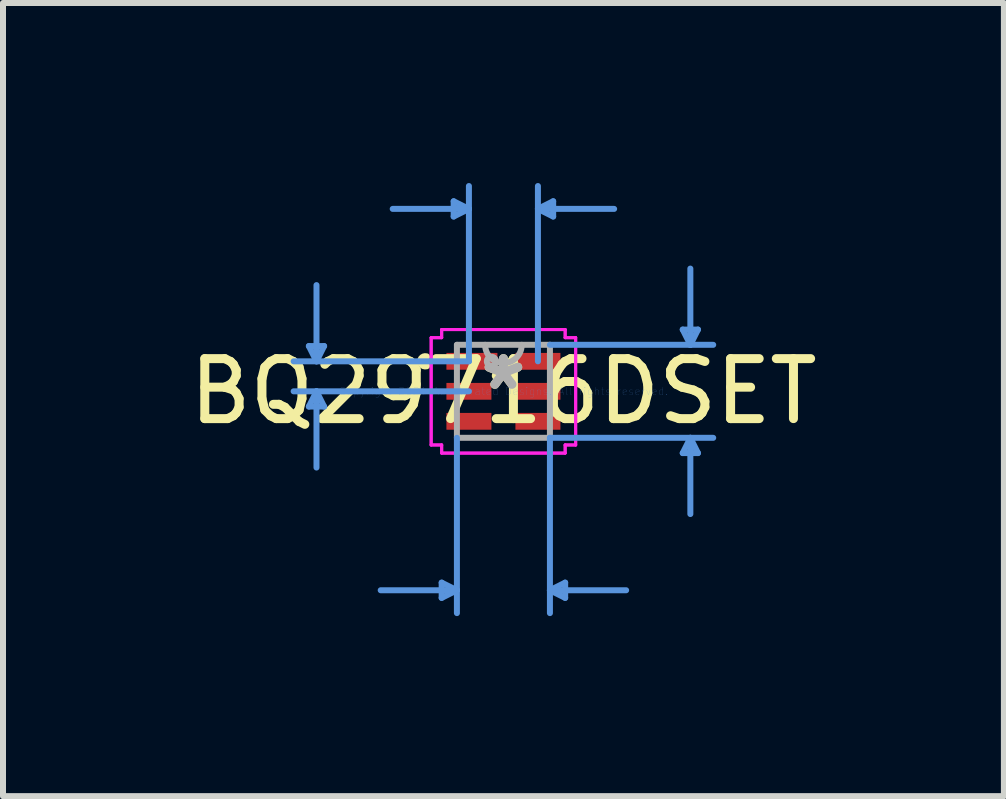
<source format=kicad_pcb>
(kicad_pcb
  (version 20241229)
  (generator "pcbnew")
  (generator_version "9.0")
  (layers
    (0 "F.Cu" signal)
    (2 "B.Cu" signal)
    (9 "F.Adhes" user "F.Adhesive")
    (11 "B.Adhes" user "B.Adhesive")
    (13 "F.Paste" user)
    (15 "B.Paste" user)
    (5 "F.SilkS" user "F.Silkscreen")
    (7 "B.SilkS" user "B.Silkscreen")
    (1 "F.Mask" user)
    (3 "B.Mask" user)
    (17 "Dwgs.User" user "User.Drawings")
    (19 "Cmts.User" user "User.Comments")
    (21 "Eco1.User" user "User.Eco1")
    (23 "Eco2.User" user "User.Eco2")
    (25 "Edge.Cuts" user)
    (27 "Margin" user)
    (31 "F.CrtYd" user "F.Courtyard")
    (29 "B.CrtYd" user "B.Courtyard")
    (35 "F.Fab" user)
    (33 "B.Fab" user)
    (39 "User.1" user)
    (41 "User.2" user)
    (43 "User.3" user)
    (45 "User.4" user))
  (footprint "BQ29716DSET"
    (layer "F.Cu")
    (at 5.339 3.471)
    (property "Reference" "BQ29716DSET" (at 0 0 0) (layer "F.SilkS") (effects (font (size 1 1) (thickness 0.15))))
    (attr through_hole)
    (fp_arc (start -1.28274 -0.426171) (mid -1.3778 -0.5) (end -1.28274 -0.573829) (stroke (width 0.12) (type solid)) (layer "F.SilkS"))
    (fp_line (start -3.242 -0.754) (end -2.988 -0.754) (stroke (width 0.1) (type solid)) (layer "Cmts.User"))
    (fp_line (start -3.242 0.254) (end -2.988 0.254) (stroke (width 0.1) (type solid)) (layer "Cmts.User"))
    (fp_line (start -3.115 -0.5) (end -3.242 -0.754) (stroke (width 0.1) (type solid)) (layer "Cmts.User"))
    (fp_line (start -3.115 -0.5) (end -3.115 -1.77) (stroke (width 0.1) (type solid)) (layer "Cmts.User"))
    (fp_line (start -3.115 -0.5) (end -2.988 -0.754) (stroke (width 0.1) (type solid)) (layer "Cmts.User"))
    (fp_line (start -3.115 0) (end -3.242 0.254) (stroke (width 0.1) (type solid)) (layer "Cmts.User"))
    (fp_line (start -3.115 0) (end -3.115 1.27) (stroke (width 0.1) (type solid)) (layer "Cmts.User"))
    (fp_line (start -3.115 0) (end -2.988 0.254) (stroke (width 0.1) (type solid)) (layer "Cmts.User"))
    (fp_line (start -1.029 3.188) (end -1.029 3.442) (stroke (width 0.1) (type solid)) (layer "Cmts.User"))
    (fp_line (start -0.829 -3.167) (end -0.829 -2.913) (stroke (width 0.1) (type solid)) (layer "Cmts.User"))
    (fp_line (start -0.775 0.775) (end -0.775 3.696) (stroke (width 0.1) (type solid)) (layer "Cmts.User"))
    (fp_line (start -0.775 3.315) (end -2.045 3.315) (stroke (width 0.1) (type solid)) (layer "Cmts.User"))
    (fp_line (start -0.775 3.315) (end -1.029 3.188) (stroke (width 0.1) (type solid)) (layer "Cmts.User"))
    (fp_line (start -0.775 3.315) (end -1.029 3.442) (stroke (width 0.1) (type solid)) (layer "Cmts.User"))
    (fp_line (start -0.575 -3.04) (end -1.845 -3.04) (stroke (width 0.1) (type solid)) (layer "Cmts.User"))
    (fp_line (start -0.575 -3.04) (end -0.829 -3.167) (stroke (width 0.1) (type solid)) (layer "Cmts.User"))
    (fp_line (start -0.575 -3.04) (end -0.829 -2.913) (stroke (width 0.1) (type solid)) (layer "Cmts.User"))
    (fp_line (start -0.575 -0.5) (end -3.496 -0.5) (stroke (width 0.1) (type solid)) (layer "Cmts.User"))
    (fp_line (start -0.575 -0.5) (end -0.575 -3.421) (stroke (width 0.1) (type solid)) (layer "Cmts.User"))
    (fp_line (start -0.575 0) (end -3.496 0) (stroke (width 0.1) (type solid)) (layer "Cmts.User"))
    (fp_line (start 0.575 -3.04) (end 0.829 -3.167) (stroke (width 0.1) (type solid)) (layer "Cmts.User"))
    (fp_line (start 0.575 -3.04) (end 0.829 -2.913) (stroke (width 0.1) (type solid)) (layer "Cmts.User"))
    (fp_line (start 0.575 -3.04) (end 1.845 -3.04) (stroke (width 0.1) (type solid)) (layer "Cmts.User"))
    (fp_line (start 0.575 -0.5) (end 0.575 -3.421) (stroke (width 0.1) (type solid)) (layer "Cmts.User"))
    (fp_line (start 0.775 -0.775) (end 3.496 -0.775) (stroke (width 0.1) (type solid)) (layer "Cmts.User"))
    (fp_line (start 0.775 0.775) (end 0.775 3.696) (stroke (width 0.1) (type solid)) (layer "Cmts.User"))
    (fp_line (start 0.775 0.775) (end 3.496 0.775) (stroke (width 0.1) (type solid)) (layer "Cmts.User"))
    (fp_line (start 0.775 3.315) (end 1.029 3.188) (stroke (width 0.1) (type solid)) (layer "Cmts.User"))
    (fp_line (start 0.775 3.315) (end 1.029 3.442) (stroke (width 0.1) (type solid)) (layer "Cmts.User"))
    (fp_line (start 0.775 3.315) (end 2.045 3.315) (stroke (width 0.1) (type solid)) (layer "Cmts.User"))
    (fp_line (start 0.829 -3.167) (end 0.829 -2.913) (stroke (width 0.1) (type solid)) (layer "Cmts.User"))
    (fp_line (start 1.029 3.188) (end 1.029 3.442) (stroke (width 0.1) (type solid)) (layer "Cmts.User"))
    (fp_line (start 2.988 -1.029) (end 3.242 -1.029) (stroke (width 0.1) (type solid)) (layer "Cmts.User"))
    (fp_line (start 2.988 1.029) (end 3.242 1.029) (stroke (width 0.1) (type solid)) (layer "Cmts.User"))
    (fp_line (start 3.115 -0.775) (end 2.988 -1.029) (stroke (width 0.1) (type solid)) (layer "Cmts.User"))
    (fp_line (start 3.115 -0.775) (end 3.115 -2.045) (stroke (width 0.1) (type solid)) (layer "Cmts.User"))
    (fp_line (start 3.115 -0.775) (end 3.242 -1.029) (stroke (width 0.1) (type solid)) (layer "Cmts.User"))
    (fp_line (start 3.115 0.775) (end 2.988 1.029) (stroke (width 0.1) (type solid)) (layer "Cmts.User"))
    (fp_line (start 3.115 0.775) (end 3.115 2.045) (stroke (width 0.1) (type solid)) (layer "Cmts.User"))
    (fp_line (start 3.115 0.775) (end 3.242 1.029) (stroke (width 0.1) (type solid)) (layer "Cmts.User"))
    (fp_line (start -1.204 -0.894) (end -1.029 -0.894) (stroke (width 0.05) (type solid)) (layer "F.CrtYd"))
    (fp_line (start -1.204 -0.894) (end -1.029 -0.894) (stroke (width 0.05) (type solid)) (layer "F.CrtYd"))
    (fp_line (start -1.204 0.894) (end -1.204 -0.894) (stroke (width 0.05) (type solid)) (layer "F.CrtYd"))
    (fp_line (start -1.204 0.894) (end -1.204 -0.894) (stroke (width 0.05) (type solid)) (layer "F.CrtYd"))
    (fp_line (start -1.204 0.894) (end -1.029 0.894) (stroke (width 0.05) (type solid)) (layer "F.CrtYd"))
    (fp_line (start -1.029 -1.029) (end 1.029 -1.029) (stroke (width 0.05) (type solid)) (layer "F.CrtYd"))
    (fp_line (start -1.029 -1.029) (end 1.029 -1.029) (stroke (width 0.05) (type solid)) (layer "F.CrtYd"))
    (fp_line (start -1.029 -0.894) (end -1.029 -1.029) (stroke (width 0.05) (type solid)) (layer "F.CrtYd"))
    (fp_line (start -1.029 -0.894) (end -1.029 -1.029) (stroke (width 0.05) (type solid)) (layer "F.CrtYd"))
    (fp_line (start -1.029 0.894) (end -1.204 0.894) (stroke (width 0.05) (type solid)) (layer "F.CrtYd"))
    (fp_line (start -1.029 1.029) (end -1.029 0.894) (stroke (width 0.05) (type solid)) (layer "F.CrtYd"))
    (fp_line (start -1.029 1.029) (end -1.029 0.894) (stroke (width 0.05) (type solid)) (layer "F.CrtYd"))
    (fp_line (start 1.029 -1.029) (end 1.029 -0.894) (stroke (width 0.05) (type solid)) (layer "F.CrtYd"))
    (fp_line (start 1.029 -1.029) (end 1.029 -0.894) (stroke (width 0.05) (type solid)) (layer "F.CrtYd"))
    (fp_line (start 1.029 -0.894) (end 1.204 -0.894) (stroke (width 0.05) (type solid)) (layer "F.CrtYd"))
    (fp_line (start 1.029 0.894) (end 1.029 1.029) (stroke (width 0.05) (type solid)) (layer "F.CrtYd"))
    (fp_line (start 1.029 0.894) (end 1.029 1.029) (stroke (width 0.05) (type solid)) (layer "F.CrtYd"))
    (fp_line (start 1.029 1.029) (end -1.029 1.029) (stroke (width 0.05) (type solid)) (layer "F.CrtYd"))
    (fp_line (start 1.029 1.029) (end -1.029 1.029) (stroke (width 0.05) (type solid)) (layer "F.CrtYd"))
    (fp_line (start 1.204 -0.894) (end 1.029 -0.894) (stroke (width 0.05) (type solid)) (layer "F.CrtYd"))
    (fp_line (start 1.204 -0.894) (end 1.204 0.894) (stroke (width 0.05) (type solid)) (layer "F.CrtYd"))
    (fp_line (start 1.204 -0.894) (end 1.204 0.894) (stroke (width 0.05) (type solid)) (layer "F.CrtYd"))
    (fp_line (start 1.204 0.894) (end 1.029 0.894) (stroke (width 0.05) (type solid)) (layer "F.CrtYd"))
    (fp_line (start 1.204 0.894) (end 1.029 0.894) (stroke (width 0.05) (type solid)) (layer "F.CrtYd"))
    (fp_line (start -0.775 -0.775) (end -0.775 0.775) (stroke (width 0.1) (type solid)) (layer "F.Fab"))
    (fp_line (start -0.775 0.775) (end 0.775 0.775) (stroke (width 0.1) (type solid)) (layer "F.Fab"))
    (fp_line (start 0.775 -0.775) (end -0.775 -0.775) (stroke (width 0.1) (type solid)) (layer "F.Fab"))
    (fp_line (start 0.775 0.775) (end 0.775 -0.775) (stroke (width 0.1) (type solid)) (layer "F.Fab"))
    (fp_arc (start 0.3048 -0.775) (mid 0 -0.4702) (end -0.3048 -0.775) (stroke (width 0.1) (type solid)) (layer "F.Fab"))
    (fp_circle (center -0.2 -0.5) (end -0.124 -0.5) (stroke (width 0.1) (type solid)) (fill no) (layer "F.Fab"))
    (fp_text user "*" (at 0 0 0) (layer "F.SilkS") (effects (font (size 1 1) (thickness 0.15))))
    (fp_text user "Copyright 2021 Accelerated Designs. All rights reserved." (at 0 0 0) (layer "Cmts.User") (effects (font (size 0.127 0.127) (thickness 0.002))))
    (fp_text user "*" (at 0 0 0) (layer "F.Fab") (effects (font (size 1 1) (thickness 0.15))))
    (pad "1" smd rect (at -0.525 -0.5) (size 0.85 0.28) (layers "F.Cu" "F.Mask" "F.Paste"))
    (pad "2" smd rect (at -0.575 0) (size 0.75 0.28) (layers "F.Cu" "F.Mask" "F.Paste"))
    (pad "3" smd rect (at -0.575 0.5) (size 0.75 0.28) (layers "F.Cu" "F.Mask" "F.Paste"))
    (pad "4" smd rect (at 0.575 0.5) (size 0.75 0.28) (layers "F.Cu" "F.Mask" "F.Paste"))
    (pad "5" smd rect (at 0.575 0) (size 0.75 0.28) (layers "F.Cu" "F.Mask" "F.Paste"))
    (pad "6" smd rect (at 0.575 -0.5) (size 0.75 0.28) (layers "F.Cu" "F.Mask" "F.Paste")))
  (gr_rect
    (start -3 -3)
    (end 13.679 10.217)
    (stroke (width 0.1) (type default))
    (fill no)
    (layer "Edge.Cuts")))
</source>
